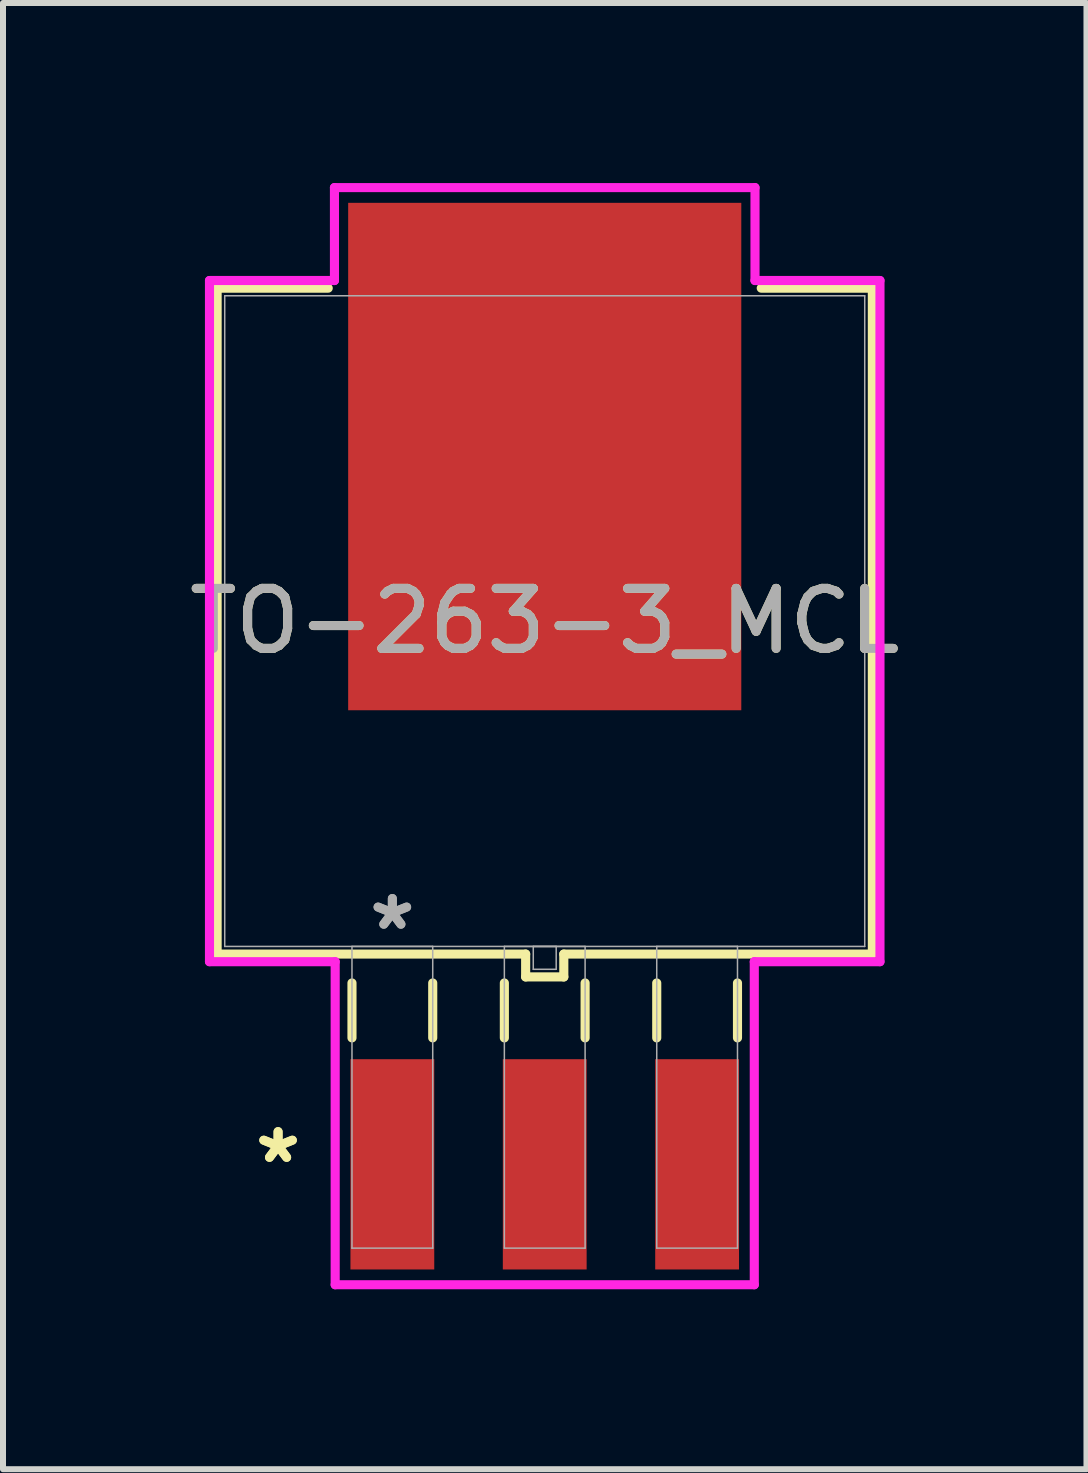
<source format=kicad_pcb>
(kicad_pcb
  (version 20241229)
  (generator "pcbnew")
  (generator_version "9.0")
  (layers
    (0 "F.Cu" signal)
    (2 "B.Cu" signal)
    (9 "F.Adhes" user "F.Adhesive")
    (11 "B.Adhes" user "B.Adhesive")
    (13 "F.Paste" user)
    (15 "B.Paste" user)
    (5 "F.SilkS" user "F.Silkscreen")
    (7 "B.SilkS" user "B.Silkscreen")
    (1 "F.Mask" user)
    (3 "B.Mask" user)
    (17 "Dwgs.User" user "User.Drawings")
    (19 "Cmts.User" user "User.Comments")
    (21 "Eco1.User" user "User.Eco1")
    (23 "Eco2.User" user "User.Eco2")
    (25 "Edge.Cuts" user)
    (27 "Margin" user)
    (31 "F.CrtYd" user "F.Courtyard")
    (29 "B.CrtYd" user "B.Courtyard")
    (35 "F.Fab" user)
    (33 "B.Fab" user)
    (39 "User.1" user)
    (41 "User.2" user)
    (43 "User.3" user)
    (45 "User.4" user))
  (footprint "TO-263-3_MCL"
    (layer "F.Cu")
    (at 6.03 7.303)
    (property "Reference" "TO-263-3_MCL" (at 0 0 0) (unlocked yes) (layer "F.SilkS") (effects (font (size 1 1) (thickness 0.15))))
    (attr smd)
    (fp_line (start -5.461 -5.55) (end -5.461 5.55) (stroke (width 0.152) (type solid)) (layer "F.SilkS"))
    (fp_line (start -5.461 5.55) (end -0.318 5.55) (stroke (width 0.152) (type solid)) (layer "F.SilkS"))
    (fp_line (start -3.609 -5.55) (end -5.461 -5.55) (stroke (width 0.152) (type solid)) (layer "F.SilkS"))
    (fp_line (start -3.213 6.032) (end -3.213 6.947) (stroke (width 0.152) (type solid)) (layer "F.SilkS"))
    (fp_line (start -1.867 6.032) (end -1.867 6.947) (stroke (width 0.152) (type solid)) (layer "F.SilkS"))
    (fp_line (start -0.673 6.032) (end -0.673 6.947) (stroke (width 0.152) (type solid)) (layer "F.SilkS"))
    (fp_line (start -0.318 5.55) (end -0.318 5.931) (stroke (width 0.152) (type solid)) (layer "F.SilkS"))
    (fp_line (start -0.318 5.931) (end 0.318 5.931) (stroke (width 0.152) (type solid)) (layer "F.SilkS"))
    (fp_line (start 0.318 5.55) (end 5.461 5.55) (stroke (width 0.152) (type solid)) (layer "F.SilkS"))
    (fp_line (start 0.318 5.931) (end 0.318 5.55) (stroke (width 0.152) (type solid)) (layer "F.SilkS"))
    (fp_line (start 0.673 6.032) (end 0.673 6.947) (stroke (width 0.152) (type solid)) (layer "F.SilkS"))
    (fp_line (start 1.867 6.032) (end 1.867 6.947) (stroke (width 0.152) (type solid)) (layer "F.SilkS"))
    (fp_line (start 3.213 6.032) (end 3.213 6.947) (stroke (width 0.152) (type solid)) (layer "F.SilkS"))
    (fp_line (start 5.461 -5.55) (end 3.609 -5.55) (stroke (width 0.152) (type solid)) (layer "F.SilkS"))
    (fp_line (start 5.461 5.55) (end 5.461 -5.55) (stroke (width 0.152) (type solid)) (layer "F.SilkS"))
    (fp_line (start -5.588 -5.677) (end -3.505 -5.677) (stroke (width 0.152) (type solid)) (layer "F.CrtYd"))
    (fp_line (start -5.588 5.677) (end -5.588 -5.677) (stroke (width 0.152) (type solid)) (layer "F.CrtYd"))
    (fp_line (start -3.505 -7.226) (end 3.505 -7.226) (stroke (width 0.152) (type solid)) (layer "F.CrtYd"))
    (fp_line (start -3.505 -5.677) (end -3.505 -7.226) (stroke (width 0.152) (type solid)) (layer "F.CrtYd"))
    (fp_line (start -3.493 5.677) (end -5.588 5.677) (stroke (width 0.152) (type solid)) (layer "F.CrtYd"))
    (fp_line (start -3.493 11.062) (end -3.493 5.677) (stroke (width 0.152) (type solid)) (layer "F.CrtYd"))
    (fp_line (start 3.493 5.677) (end 3.493 11.062) (stroke (width 0.152) (type solid)) (layer "F.CrtYd"))
    (fp_line (start 3.493 11.062) (end -3.493 11.062) (stroke (width 0.152) (type solid)) (layer "F.CrtYd"))
    (fp_line (start 3.505 -7.226) (end 3.505 -5.677) (stroke (width 0.152) (type solid)) (layer "F.CrtYd"))
    (fp_line (start 3.505 -5.677) (end 5.588 -5.677) (stroke (width 0.152) (type solid)) (layer "F.CrtYd"))
    (fp_line (start 5.588 -5.677) (end 5.588 5.677) (stroke (width 0.152) (type solid)) (layer "F.CrtYd"))
    (fp_line (start 5.588 5.677) (end 3.493 5.677) (stroke (width 0.152) (type solid)) (layer "F.CrtYd"))
    (fp_line (start -5.334 -5.423) (end -5.334 5.423) (stroke (width 0.025) (type solid)) (layer "F.Fab"))
    (fp_line (start -5.334 5.423) (end 5.334 5.423) (stroke (width 0.025) (type solid)) (layer "F.Fab"))
    (fp_line (start -3.213 5.423) (end -3.213 10.452) (stroke (width 0.025) (type solid)) (layer "F.Fab"))
    (fp_line (start -3.213 10.452) (end -1.867 10.452) (stroke (width 0.025) (type solid)) (layer "F.Fab"))
    (fp_line (start -1.867 5.423) (end -3.213 5.423) (stroke (width 0.025) (type solid)) (layer "F.Fab"))
    (fp_line (start -1.867 10.452) (end -1.867 5.423) (stroke (width 0.025) (type solid)) (layer "F.Fab"))
    (fp_line (start -0.673 5.423) (end -0.673 10.452) (stroke (width 0.025) (type solid)) (layer "F.Fab"))
    (fp_line (start -0.673 10.452) (end 0.673 10.452) (stroke (width 0.025) (type solid)) (layer "F.Fab"))
    (fp_line (start -0.191 5.423) (end -0.191 5.804) (stroke (width 0.025) (type solid)) (layer "F.Fab"))
    (fp_line (start -0.191 5.804) (end 0.191 5.804) (stroke (width 0.025) (type solid)) (layer "F.Fab"))
    (fp_line (start 0.191 5.423) (end -0.191 5.423) (stroke (width 0.025) (type solid)) (layer "F.Fab"))
    (fp_line (start 0.191 5.804) (end 0.191 5.423) (stroke (width 0.025) (type solid)) (layer "F.Fab"))
    (fp_line (start 0.673 5.423) (end -0.673 5.423) (stroke (width 0.025) (type solid)) (layer "F.Fab"))
    (fp_line (start 0.673 10.452) (end 0.673 5.423) (stroke (width 0.025) (type solid)) (layer "F.Fab"))
    (fp_line (start 1.867 5.423) (end 1.867 10.452) (stroke (width 0.025) (type solid)) (layer "F.Fab"))
    (fp_line (start 1.867 10.452) (end 3.213 10.452) (stroke (width 0.025) (type solid)) (layer "F.Fab"))
    (fp_line (start 3.213 5.423) (end 1.867 5.423) (stroke (width 0.025) (type solid)) (layer "F.Fab"))
    (fp_line (start 3.213 10.452) (end 3.213 5.423) (stroke (width 0.025) (type solid)) (layer "F.Fab"))
    (fp_line (start 5.334 -5.423) (end -5.334 -5.423) (stroke (width 0.025) (type solid)) (layer "F.Fab"))
    (fp_line (start 5.334 5.423) (end 5.334 -5.423) (stroke (width 0.025) (type solid)) (layer "F.Fab"))
    (fp_text user "*" (at -4.445 9.055 0) (layer "F.SilkS") (effects (font (size 1 1) (thickness 0.15))))
    (fp_text user "*" (at -4.445 9.055 0) (unlocked yes) (layer "F.SilkS") (effects (font (size 1 1) (thickness 0.15))))
    (fp_text user "${REFERENCE}" (at 0 0 0) (unlocked yes) (layer "F.Fab") (effects (font (size 1 1) (thickness 0.15))))
    (fp_text user "*" (at -2.54 5.169 0) (unlocked yes) (layer "F.Fab") (effects (font (size 1 1) (thickness 0.15))))
    (fp_text user "*" (at -2.54 5.169 0) (layer "F.Fab") (effects (font (size 1 1) (thickness 0.15))))
    (pad "1" smd rect (at -2.54 9.055) (size 1.397 3.505) (layers "F.Cu" "F.Mask" "F.Paste"))
    (pad "2" smd rect (at 0 9.055) (size 1.397 3.505) (layers "F.Cu" "F.Mask" "F.Paste"))
    (pad "3" smd rect (at 2.54 9.055) (size 1.397 3.505) (layers "F.Cu" "F.Mask" "F.Paste"))
    (pad "4" smd rect (at 0 -2.743) (size 6.553 8.458) (layers "F.Cu" "F.Mask" "F.Paste")))
  (gr_rect
    (start -3 -3)
    (end 15.06 21.44)
    (stroke (width 0.1) (type default))
    (fill no)
    (layer "Edge.Cuts")))
</source>
